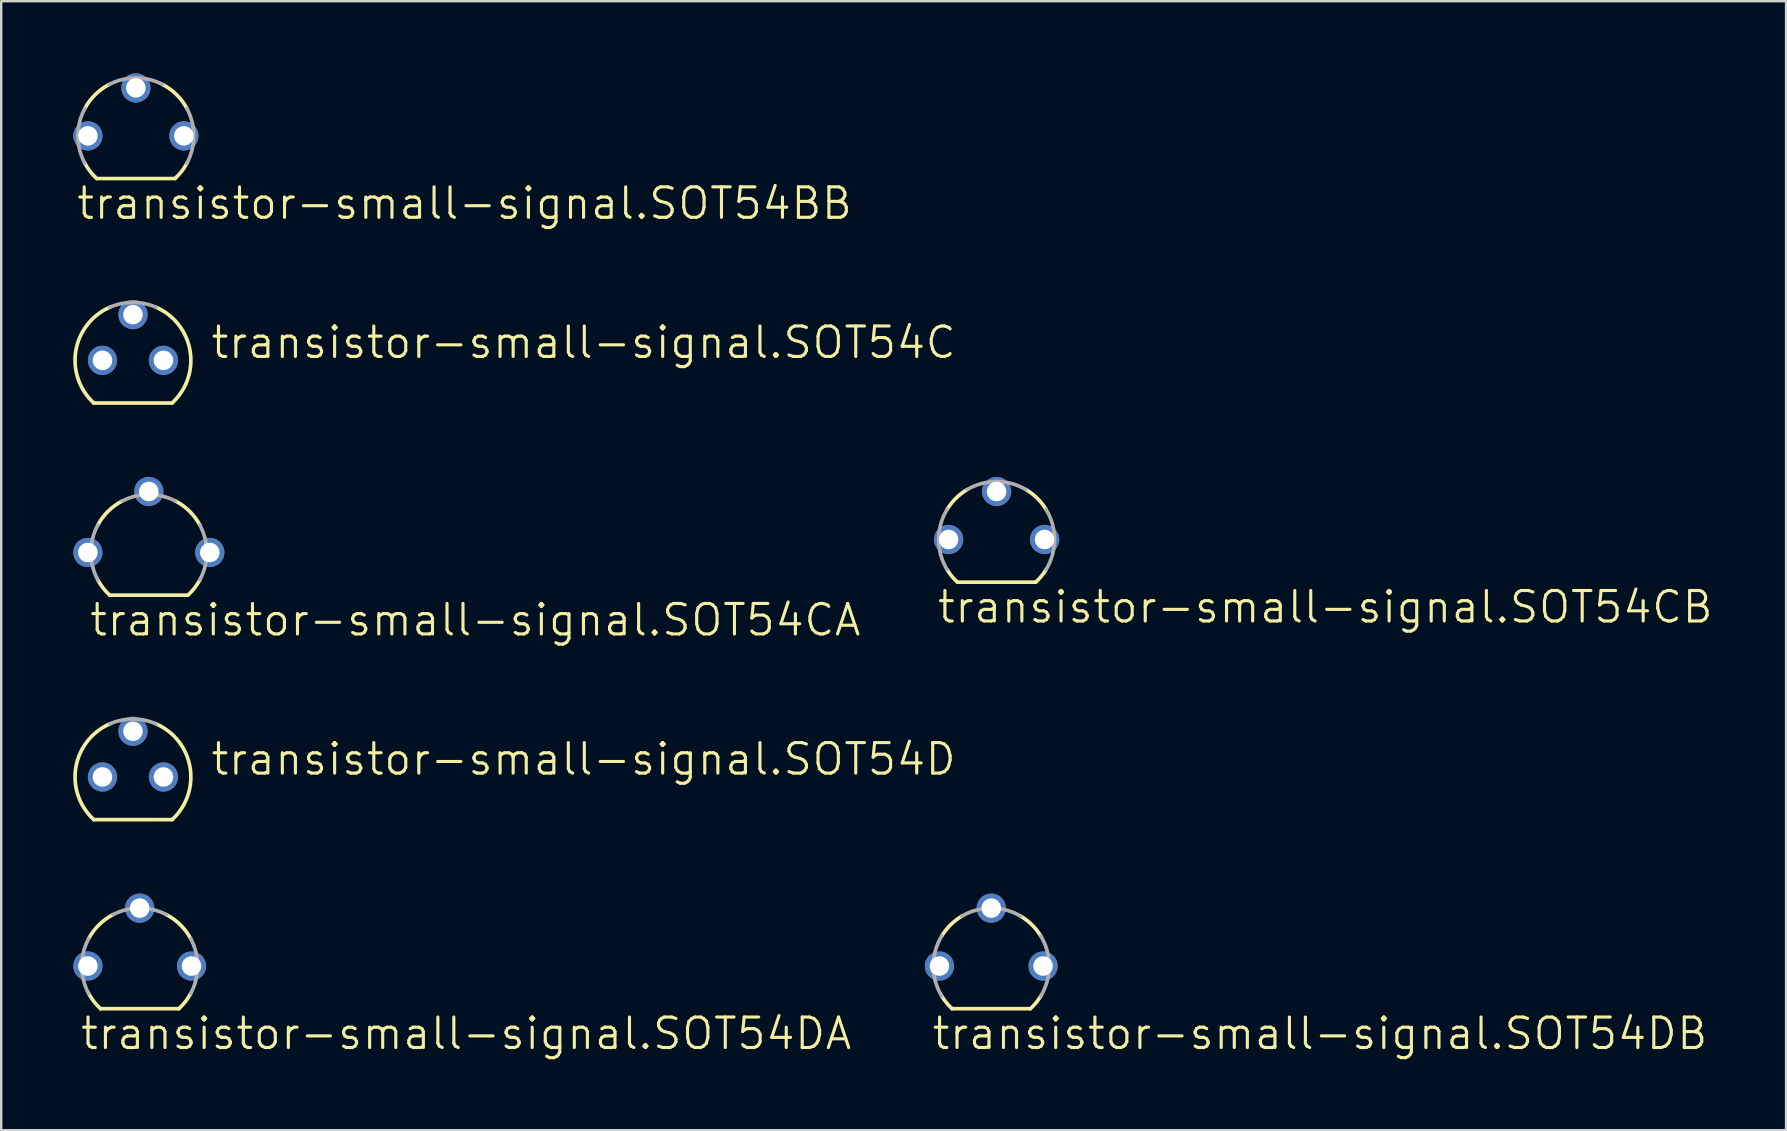
<source format=kicad_pcb>
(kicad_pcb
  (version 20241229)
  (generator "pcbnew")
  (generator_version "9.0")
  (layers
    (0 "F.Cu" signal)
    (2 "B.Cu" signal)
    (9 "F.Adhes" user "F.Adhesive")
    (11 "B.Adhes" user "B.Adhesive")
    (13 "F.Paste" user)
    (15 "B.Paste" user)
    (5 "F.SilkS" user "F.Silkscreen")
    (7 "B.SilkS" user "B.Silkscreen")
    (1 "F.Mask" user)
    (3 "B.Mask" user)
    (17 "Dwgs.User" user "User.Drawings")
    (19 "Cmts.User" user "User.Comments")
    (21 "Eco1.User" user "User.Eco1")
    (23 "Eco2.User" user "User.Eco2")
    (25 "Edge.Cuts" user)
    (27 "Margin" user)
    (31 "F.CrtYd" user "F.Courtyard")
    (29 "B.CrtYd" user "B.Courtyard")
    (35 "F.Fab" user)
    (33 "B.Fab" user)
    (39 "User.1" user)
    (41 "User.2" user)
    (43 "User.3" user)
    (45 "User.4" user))
  (footprint "transistor-small-signal.SOT54D"
    (layer "F.Cu")
    (at 2.489 29.319)
    (property "Reference" "transistor-small-signal.SOT54D" (at 3.175 0 0) (layer "F.SilkS") (effects (font (size 1.27 1.27) (thickness 0.13)) (justify left bottom)))
    (attr through_hole)
    (fp_line (start -1.631 1.778) (end 1.631 1.778) (stroke (width 0.152) (type default)) (layer "F.SilkS"))
    (fp_arc (start -1.631 1.778) (mid -2.380095 -0.395238) (end -0.9689 -2.2098) (stroke (width 0.1524) (type default)) (layer "F.SilkS"))
    (fp_arc (start 0.9689 -2.2098) (mid 2.380095 -0.395238) (end 1.631 1.778) (stroke (width 0.1524) (type default)) (layer "F.SilkS"))
    (fp_arc (start -0.9692 -2.2098) (mid 0 -2.412999) (end 0.9692 -2.2098) (stroke (width 0.1524) (type default)) (layer "F.Fab"))
    (pad "B" thru_hole circle (at 1.27 0) (size 1.219 1.219) (drill 0.813) (layers "*.Cu" "*.Mask"))
    (pad "C" thru_hole circle (at 0 -1.905) (size 1.219 1.219) (drill 0.813) (layers "*.Cu" "*.Mask"))
    (pad "E" thru_hole circle (at -1.27 0) (size 1.219 1.219) (drill 0.813) (layers "*.Cu" "*.Mask")))
  (footprint "transistor-small-signal.SOT54CB"
    (layer "F.Cu")
    (at 38.468 19.426)
    (property "Reference" "transistor-small-signal.SOT54CB" (at -2.54 3.556 0) (layer "F.SilkS") (effects (font (size 1.27 1.27) (thickness 0.13)) (justify left bottom)))
    (attr through_hole)
    (fp_line (start -1.631 1.778) (end 1.631 1.778) (stroke (width 0.152) (type default)) (layer "F.SilkS"))
    (fp_arc (start -2.0638 -1.2504) (mid -1.695865 -1.716597) (end -1.2252 -2.0788) (stroke (width 0.1524) (type default)) (layer "F.SilkS"))
    (fp_arc (start -1.6313 1.7781) (mid -1.866295 1.529613) (end -2.0638 1.2504) (stroke (width 0.1524) (type default)) (layer "F.SilkS"))
    (fp_arc (start 1.2252 -2.0788) (mid 1.695865 -1.716597) (end 2.0638 -1.2504) (stroke (width 0.1524) (type default)) (layer "F.SilkS"))
    (fp_arc (start 2.0634 1.2504) (mid 1.865939 1.529557) (end 1.631 1.778) (stroke (width 0.1524) (type default)) (layer "F.SilkS"))
    (fp_arc (start -2.0638 1.2504) (mid -2.413042 0) (end -2.0638 -1.2504) (stroke (width 0.1524) (type default)) (layer "F.Fab"))
    (fp_arc (start -1.2252 -2.0788) (mid 0 -2.412991) (end 1.2252 -2.0788) (stroke (width 0.1524) (type default)) (layer "F.Fab"))
    (fp_arc (start 2.0638 -1.2504) (mid 2.413042 0) (end 2.0638 1.2504) (stroke (width 0.1524) (type default)) (layer "F.Fab"))
    (pad "D" thru_hole circle (at 2 0) (size 1.219 1.219) (drill 0.813) (layers "*.Cu" "*.Mask"))
    (pad "G" thru_hole circle (at -2 0) (size 1.219 1.219) (drill 0.813) (layers "*.Cu" "*.Mask"))
    (pad "S" thru_hole circle (at 0 -2) (size 1.219 1.219) (drill 0.813) (layers "*.Cu" "*.Mask")))
  (footprint "transistor-small-signal.SOT54BB"
    (layer "F.Cu")
    (at 2.61 2.61)
    (property "Reference" "transistor-small-signal.SOT54BB" (at -2.54 3.556 0) (layer "F.SilkS") (effects (font (size 1.27 1.27) (thickness 0.13)) (justify left bottom)))
    (attr through_hole)
    (fp_line (start -1.631 1.778) (end 1.631 1.778) (stroke (width 0.152) (type default)) (layer "F.SilkS"))
    (fp_arc (start -2.1254 -1.1425) (mid -1.693417 -1.719006) (end -1.1105 -2.1423) (stroke (width 0.1524) (type default)) (layer "F.SilkS"))
    (fp_arc (start -1.631 1.778) (mid -1.904736 1.480999) (end -2.1251 1.1425) (stroke (width 0.1524) (type default)) (layer "F.SilkS"))
    (fp_arc (start 1.1105 -2.1423) (mid 1.693417 -1.719006) (end 2.1254 -1.1425) (stroke (width 0.1524) (type default)) (layer "F.SilkS"))
    (fp_arc (start 2.1251 1.1425) (mid 1.904736 1.480999) (end 1.631 1.778) (stroke (width 0.1524) (type default)) (layer "F.SilkS"))
    (fp_arc (start -2.1254 1.1425) (mid -2.413013 0) (end -2.1254 -1.1425) (stroke (width 0.1524) (type default)) (layer "F.Fab"))
    (fp_arc (start -1.1105 -2.1423) (mid 0 -2.413019) (end 1.1105 -2.1423) (stroke (width 0.1524) (type default)) (layer "F.Fab"))
    (fp_arc (start 2.1254 -1.1425) (mid 2.413013 0) (end 2.1254 1.1425) (stroke (width 0.1524) (type default)) (layer "F.Fab"))
    (pad "B" thru_hole circle (at 2 0) (size 1.219 1.219) (drill 0.813) (layers "*.Cu" "*.Mask"))
    (pad "C" thru_hole circle (at -2 0) (size 1.219 1.219) (drill 0.813) (layers "*.Cu" "*.Mask"))
    (pad "E" thru_hole circle (at 0 -2) (size 1.219 1.219) (drill 0.813) (layers "*.Cu" "*.Mask")))
  (footprint "transistor-small-signal.SOT54CA"
    (layer "F.Cu")
    (at 3.15 19.966)
    (property "Reference" "transistor-small-signal.SOT54CA" (at -2.54 3.556 0) (layer "F.SilkS") (effects (font (size 1.27 1.27) (thickness 0.13)) (justify left bottom)))
    (attr through_hole)
    (fp_line (start -1.631 1.778) (end 1.631 1.778) (stroke (width 0.152) (type default)) (layer "F.SilkS"))
    (fp_arc (start -2.1254 -1.1425) (mid -1.693417 -1.719006) (end -1.1105 -2.1423) (stroke (width 0.1524) (type default)) (layer "F.SilkS"))
    (fp_arc (start -1.631 1.778) (mid -1.904736 1.480999) (end -2.1251 1.1425) (stroke (width 0.1524) (type default)) (layer "F.SilkS"))
    (fp_arc (start 1.1105 -2.1423) (mid 1.693417 -1.719006) (end 2.1254 -1.1425) (stroke (width 0.1524) (type default)) (layer "F.SilkS"))
    (fp_arc (start 2.1251 1.1425) (mid 1.904736 1.480999) (end 1.631 1.778) (stroke (width 0.1524) (type default)) (layer "F.SilkS"))
    (fp_arc (start -2.1254 1.1425) (mid -2.413013 0) (end -2.1254 -1.1425) (stroke (width 0.1524) (type default)) (layer "F.Fab"))
    (fp_arc (start -1.1105 -2.1423) (mid 0 -2.413019) (end 1.1105 -2.1423) (stroke (width 0.1524) (type default)) (layer "F.Fab"))
    (fp_arc (start 2.1254 -1.1425) (mid 2.413013 0) (end 2.1254 1.1425) (stroke (width 0.1524) (type default)) (layer "F.Fab"))
    (pad "D" thru_hole circle (at 2.54 0) (size 1.219 1.219) (drill 0.813) (layers "*.Cu" "*.Mask"))
    (pad "G" thru_hole circle (at -2.54 0) (size 1.219 1.219) (drill 0.813) (layers "*.Cu" "*.Mask"))
    (pad "S" thru_hole circle (at 0 -2.54) (size 1.219 1.219) (drill 0.813) (layers "*.Cu" "*.Mask")))
  (footprint "transistor-small-signal.SOT54DA"
    (layer "F.Cu")
    (at 2.769 37.196)
    (property "Reference" "transistor-small-signal.SOT54DA" (at -2.54 3.556 0) (layer "F.SilkS") (effects (font (size 1.27 1.27) (thickness 0.13)) (justify left bottom)))
    (attr through_hole)
    (fp_line (start -1.631 1.778) (end 1.631 1.778) (stroke (width 0.152) (type default)) (layer "F.SilkS"))
    (fp_arc (start -2.1254 -1.1425) (mid -1.693417 -1.719006) (end -1.1105 -2.1423) (stroke (width 0.1524) (type default)) (layer "F.SilkS"))
    (fp_arc (start -1.631 1.778) (mid -1.904736 1.480999) (end -2.1251 1.1425) (stroke (width 0.1524) (type default)) (layer "F.SilkS"))
    (fp_arc (start 1.1105 -2.1423) (mid 1.693417 -1.719006) (end 2.1254 -1.1425) (stroke (width 0.1524) (type default)) (layer "F.SilkS"))
    (fp_arc (start 2.1251 1.1425) (mid 1.904736 1.480999) (end 1.631 1.778) (stroke (width 0.1524) (type default)) (layer "F.SilkS"))
    (fp_arc (start -2.1254 1.1425) (mid -2.413013 0) (end -2.1254 -1.1425) (stroke (width 0.1524) (type default)) (layer "F.Fab"))
    (fp_arc (start -1.1105 -2.1423) (mid 0 -2.413019) (end 1.1105 -2.1423) (stroke (width 0.1524) (type default)) (layer "F.Fab"))
    (fp_arc (start 2.1254 -1.1425) (mid 2.413013 0) (end 2.1254 1.1425) (stroke (width 0.1524) (type default)) (layer "F.Fab"))
    (pad "B" thru_hole circle (at 2.159 0) (size 1.219 1.219) (drill 0.813) (layers "*.Cu" "*.Mask"))
    (pad "C" thru_hole circle (at 0 -2.413) (size 1.219 1.219) (drill 0.813) (layers "*.Cu" "*.Mask"))
    (pad "E" thru_hole circle (at -2.159 0) (size 1.219 1.219) (drill 0.813) (layers "*.Cu" "*.Mask")))
  (footprint "transistor-small-signal.SOT54C"
    (layer "F.Cu")
    (at 2.489 11.962)
    (property "Reference" "transistor-small-signal.SOT54C" (at 3.175 0 0) (layer "F.SilkS") (effects (font (size 1.27 1.27) (thickness 0.13)) (justify left bottom)))
    (attr through_hole)
    (fp_line (start -1.631 1.778) (end 1.631 1.778) (stroke (width 0.152) (type default)) (layer "F.SilkS"))
    (fp_arc (start -1.631 1.778) (mid -2.380095 -0.395238) (end -0.9689 -2.2098) (stroke (width 0.1524) (type default)) (layer "F.SilkS"))
    (fp_arc (start 0.9689 -2.2098) (mid 2.380095 -0.395238) (end 1.631 1.778) (stroke (width 0.1524) (type default)) (layer "F.SilkS"))
    (fp_arc (start -0.9692 -2.2098) (mid 0 -2.412999) (end 0.9692 -2.2098) (stroke (width 0.1524) (type default)) (layer "F.Fab"))
    (pad "D" thru_hole circle (at 1.27 0) (size 1.219 1.219) (drill 0.813) (layers "*.Cu" "*.Mask"))
    (pad "G" thru_hole circle (at -1.27 0) (size 1.219 1.219) (drill 0.813) (layers "*.Cu" "*.Mask"))
    (pad "S" thru_hole circle (at 0 -1.905) (size 1.219 1.219) (drill 0.813) (layers "*.Cu" "*.Mask")))
  (footprint "transistor-small-signal.SOT54DB"
    (layer "F.Cu")
    (at 38.246 37.196)
    (property "Reference" "transistor-small-signal.SOT54DB" (at -2.54 3.556 0) (layer "F.SilkS") (effects (font (size 1.27 1.27) (thickness 0.13)) (justify left bottom)))
    (attr through_hole)
    (fp_line (start -1.631 1.778) (end 1.631 1.778) (stroke (width 0.152) (type default)) (layer "F.SilkS"))
    (fp_arc (start -2.0638 -1.2504) (mid -1.695865 -1.716597) (end -1.2252 -2.0788) (stroke (width 0.1524) (type default)) (layer "F.SilkS"))
    (fp_arc (start -1.6313 1.7781) (mid -1.866295 1.529613) (end -2.0638 1.2504) (stroke (width 0.1524) (type default)) (layer "F.SilkS"))
    (fp_arc (start 1.2252 -2.0788) (mid 1.695865 -1.716597) (end 2.0638 -1.2504) (stroke (width 0.1524) (type default)) (layer "F.SilkS"))
    (fp_arc (start 2.0634 1.2504) (mid 1.865939 1.529557) (end 1.631 1.778) (stroke (width 0.1524) (type default)) (layer "F.SilkS"))
    (fp_arc (start -2.0638 1.2504) (mid -2.413042 0) (end -2.0638 -1.2504) (stroke (width 0.1524) (type default)) (layer "F.Fab"))
    (fp_arc (start -1.2252 -2.0788) (mid 0 -2.412991) (end 1.2252 -2.0788) (stroke (width 0.1524) (type default)) (layer "F.Fab"))
    (fp_arc (start 2.0638 -1.2504) (mid 2.413042 0) (end 2.0638 1.2504) (stroke (width 0.1524) (type default)) (layer "F.Fab"))
    (pad "B" thru_hole circle (at 2.159 0) (size 1.219 1.219) (drill 0.813) (layers "*.Cu" "*.Mask"))
    (pad "C" thru_hole circle (at 0 -2.413) (size 1.219 1.219) (drill 0.813) (layers "*.Cu" "*.Mask"))
    (pad "E" thru_hole circle (at -2.159 0) (size 1.219 1.219) (drill 0.813) (layers "*.Cu" "*.Mask")))
  (gr_rect
    (start -3 -3)
    (end 71.358 44.034)
    (stroke (width 0.1) (type default))
    (fill no)
    (layer "Edge.Cuts")))
</source>
